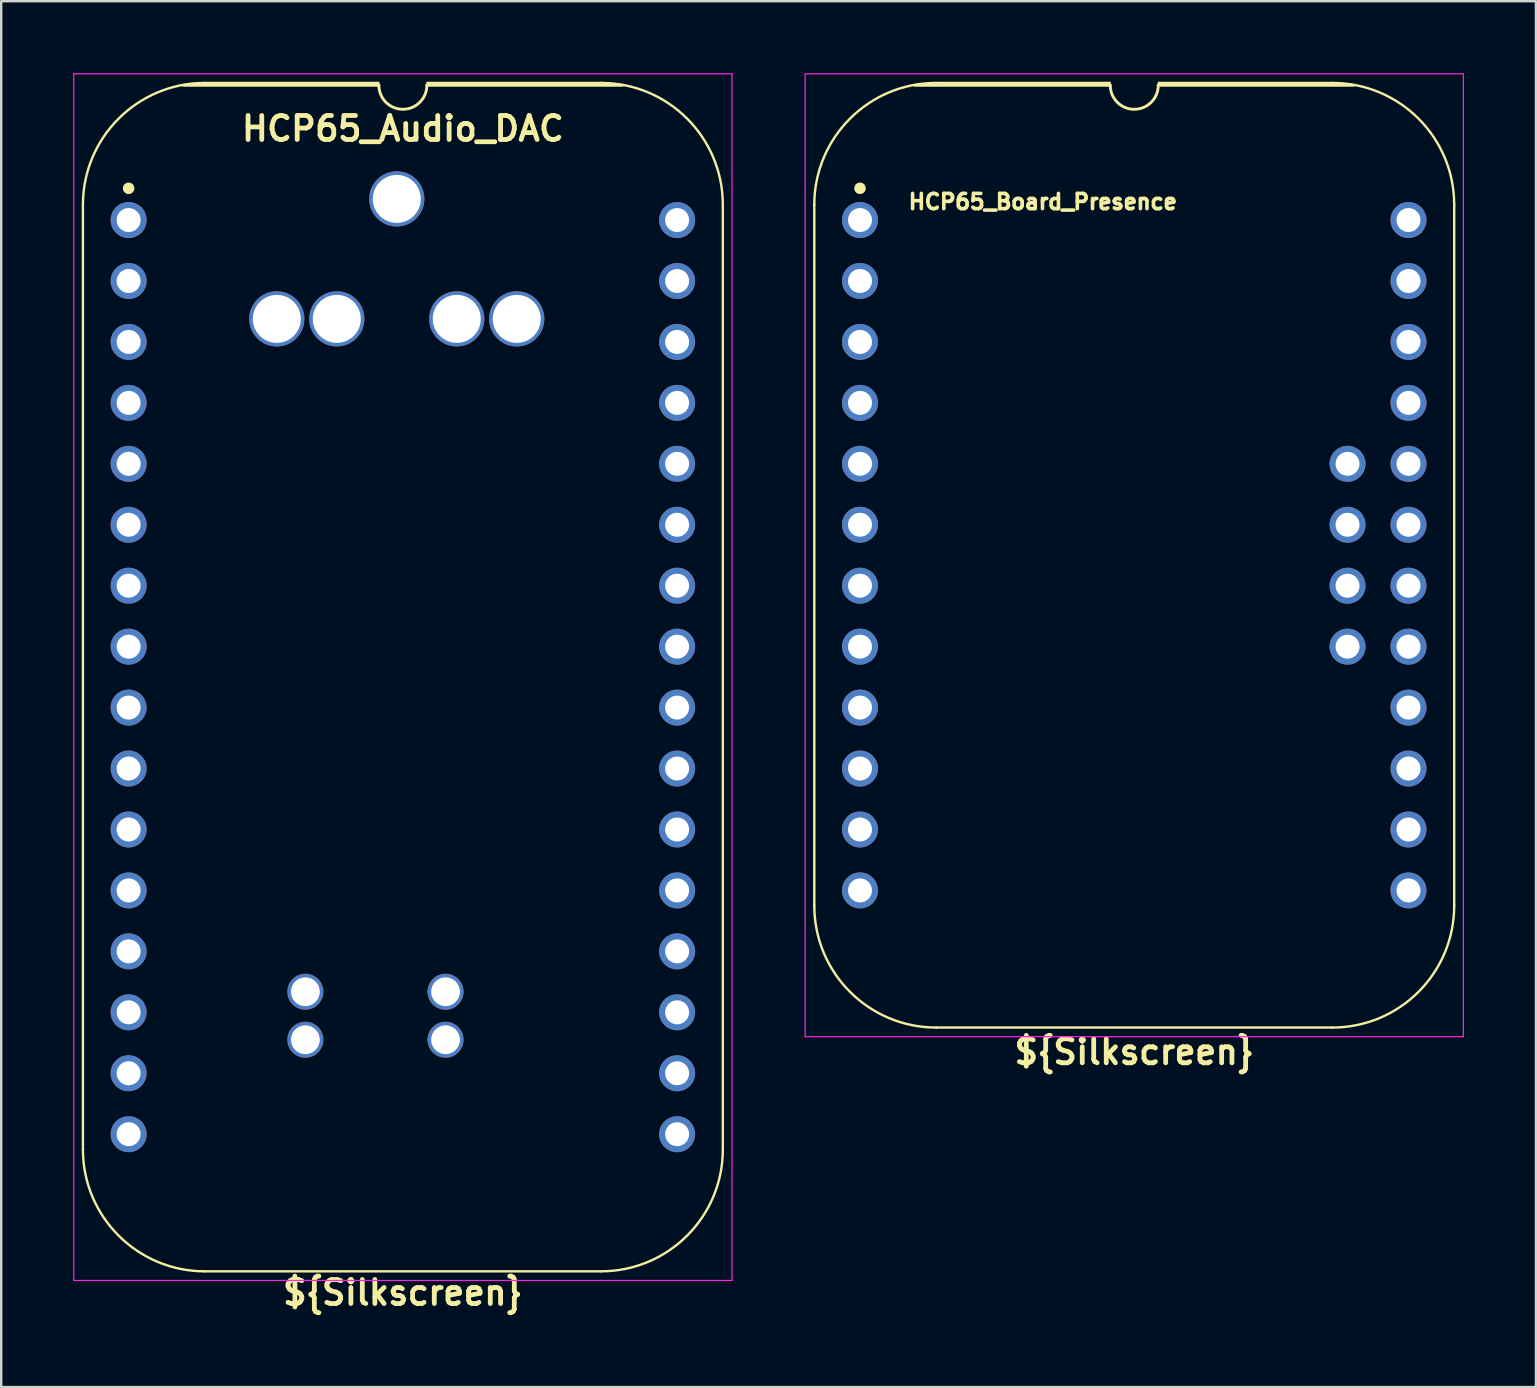
<source format=kicad_pcb>
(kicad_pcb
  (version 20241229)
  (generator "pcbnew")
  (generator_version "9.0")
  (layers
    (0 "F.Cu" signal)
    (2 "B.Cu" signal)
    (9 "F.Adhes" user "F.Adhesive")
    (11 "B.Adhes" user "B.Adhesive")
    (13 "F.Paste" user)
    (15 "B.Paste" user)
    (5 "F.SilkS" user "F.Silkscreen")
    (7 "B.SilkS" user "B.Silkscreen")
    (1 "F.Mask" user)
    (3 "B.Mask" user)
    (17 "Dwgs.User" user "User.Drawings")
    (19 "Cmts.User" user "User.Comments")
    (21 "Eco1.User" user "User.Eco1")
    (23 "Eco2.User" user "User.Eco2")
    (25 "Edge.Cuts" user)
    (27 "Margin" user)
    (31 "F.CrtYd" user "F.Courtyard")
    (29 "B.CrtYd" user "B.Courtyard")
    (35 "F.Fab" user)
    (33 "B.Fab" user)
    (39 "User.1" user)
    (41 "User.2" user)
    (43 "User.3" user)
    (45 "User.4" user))
  (footprint "HCP65_Board_Presence"
    (layer "F.Cu")
    (at 32.793 6.121)
    (property "Reference" "HCP65_Board_Presence" (at 7.62 -0.762 0) (layer "F.SilkS") (effects (font (size 0.635 0.635) (thickness 0.15))))
    (property "Silkscreen" "${Silkscreen}" (at 11.43 34.671 0) (layer "F.SilkS") (effects (font (size 1 1) (thickness 0.2))))
    (attr through_hole)
    (fp_line (start -1.905 -0.635) (end -1.905 28.575) (stroke (width 0.1) (type solid)) (layer "F.SilkS"))
    (fp_line (start 10.414 -5.715) (end 3.175 -5.715) (stroke (width 0.1) (type solid)) (layer "F.SilkS"))
    (fp_line (start 10.43 -5.616) (end 2.286 -5.616) (stroke (width 0.12) (type solid)) (layer "F.SilkS"))
    (fp_line (start 19.685 -5.715) (end 12.446 -5.715) (stroke (width 0.1) (type solid)) (layer "F.SilkS"))
    (fp_line (start 19.685 33.655) (end 3.175 33.655) (stroke (width 0.1) (type solid)) (layer "F.SilkS"))
    (fp_line (start 20.574 -5.616) (end 12.43 -5.616) (stroke (width 0.12) (type solid)) (layer "F.SilkS"))
    (fp_line (start 24.765 28.575) (end 24.765 -0.635) (stroke (width 0.1) (type solid)) (layer "F.SilkS"))
    (fp_arc (start -1.905 -0.635) (mid -0.417102 -4.227102) (end 3.175 -5.715) (stroke (width 0.1) (type solid)) (layer "F.SilkS"))
    (fp_arc (start 3.175 33.655) (mid -0.417102 32.167102) (end -1.905 28.575) (stroke (width 0.1) (type solid)) (layer "F.SilkS"))
    (fp_arc (start 12.43 -5.616) (mid 11.43 -4.616) (end 10.43 -5.616) (stroke (width 0.12) (type solid)) (layer "F.SilkS"))
    (fp_arc (start 19.685 -5.715) (mid 23.277102 -4.227102) (end 24.765 -0.635) (stroke (width 0.1) (type solid)) (layer "F.SilkS"))
    (fp_arc (start 24.765 28.575) (mid 23.277102 32.167102) (end 19.685 33.655) (stroke (width 0.1) (type solid)) (layer "F.SilkS"))
    (fp_circle (center 0 -1.323) (end 0.18 -1.323) (stroke (width 0.12) (type solid)) (fill yes) (layer "F.SilkS"))
    (fp_line (start -2.286 -6.096) (end -2.286 34.036) (stroke (width 0.05) (type solid)) (layer "F.CrtYd"))
    (fp_line (start -2.286 -6.096) (end 25.146 -6.096) (stroke (width 0.05) (type solid)) (layer "F.CrtYd"))
    (fp_line (start -2.286 34.036) (end 25.146 34.036) (stroke (width 0.05) (type solid)) (layer "F.CrtYd"))
    (fp_line (start 25.146 34.036) (end 25.146 -6.096) (stroke (width 0.05) (type solid)) (layer "F.CrtYd"))
    (pad "1" thru_hole circle (at 0 0) (size 1.5 1.5) (drill 1) (layers "*.Cu" "*.Mask"))
    (pad "2" thru_hole circle (at 0 2.54) (size 1.5 1.5) (drill 1) (layers "*.Cu" "*.Mask"))
    (pad "3" thru_hole circle (at 0 5.08) (size 1.5 1.5) (drill 1) (layers "*.Cu" "*.Mask"))
    (pad "4" thru_hole circle (at 0 7.62) (size 1.5 1.5) (drill 1) (layers "*.Cu" "*.Mask"))
    (pad "5" thru_hole circle (at 0 10.16) (size 1.5 1.5) (drill 1) (layers "*.Cu" "*.Mask"))
    (pad "6" thru_hole circle (at 0 12.7) (size 1.5 1.5) (drill 1) (layers "*.Cu" "*.Mask"))
    (pad "7" thru_hole circle (at 0 15.24) (size 1.5 1.5) (drill 1) (layers "*.Cu" "*.Mask"))
    (pad "8" thru_hole circle (at 0 17.78) (size 1.5 1.5) (drill 1) (layers "*.Cu" "*.Mask"))
    (pad "9" thru_hole circle (at 0 20.32) (size 1.5 1.5) (drill 1) (layers "*.Cu" "*.Mask"))
    (pad "10" thru_hole circle (at 0 22.86) (size 1.5 1.5) (drill 1) (layers "*.Cu" "*.Mask"))
    (pad "11" thru_hole circle (at 0 25.4) (size 1.5 1.5) (drill 1) (layers "*.Cu" "*.Mask"))
    (pad "12" thru_hole circle (at 0 27.94) (size 1.5 1.5) (drill 1) (layers "*.Cu" "*.Mask"))
    (pad "13" thru_hole circle (at 22.86 27.94) (size 1.5 1.5) (drill 1) (layers "*.Cu" "*.Mask"))
    (pad "14" thru_hole circle (at 22.86 25.4) (size 1.5 1.5) (drill 1) (layers "*.Cu" "*.Mask"))
    (pad "15" thru_hole circle (at 22.86 22.86) (size 1.5 1.5) (drill 1) (layers "*.Cu" "*.Mask"))
    (pad "16" thru_hole circle (at 22.86 20.32) (size 1.5 1.5) (drill 1) (layers "*.Cu" "*.Mask"))
    (pad "17" thru_hole circle (at 22.86 17.78) (size 1.5 1.5) (drill 1) (layers "*.Cu" "*.Mask"))
    (pad "18" thru_hole circle (at 22.86 15.24) (size 1.5 1.5) (drill 1) (layers "*.Cu" "*.Mask"))
    (pad "19" thru_hole circle (at 22.86 12.7) (size 1.5 1.5) (drill 1) (layers "*.Cu" "*.Mask"))
    (pad "20" thru_hole circle (at 22.86 10.16) (size 1.5 1.5) (drill 1) (layers "*.Cu" "*.Mask"))
    (pad "21" thru_hole circle (at 22.86 7.62) (size 1.5 1.5) (drill 1) (layers "*.Cu" "*.Mask"))
    (pad "22" thru_hole circle (at 22.86 5.08) (size 1.5 1.5) (drill 1) (layers "*.Cu" "*.Mask"))
    (pad "23" thru_hole circle (at 22.86 2.54) (size 1.5 1.5) (drill 1) (layers "*.Cu" "*.Mask"))
    (pad "24" thru_hole circle (at 22.86 0) (size 1.5 1.5) (drill 1) (layers "*.Cu" "*.Mask"))
    (pad "25" thru_hole circle (at 20.32 17.78) (size 1.5 1.5) (drill 1) (layers "*.Cu" "*.Mask"))
    (pad "26" thru_hole circle (at 20.32 15.24) (size 1.5 1.5) (drill 1) (layers "*.Cu" "*.Mask"))
    (pad "27" thru_hole circle (at 20.32 12.7) (size 1.5 1.5) (drill 1) (layers "*.Cu" "*.Mask"))
    (pad "28" thru_hole circle (at 20.32 10.16) (size 1.5 1.5) (drill 1) (layers "*.Cu" "*.Mask")))
  (footprint "HCP65_Audio_DAC"
    (layer "F.Cu")
    (at 2.311 6.121)
    (property "Reference" "HCP65_Audio_DAC" (at 11.43 -3.81 0) (layer "F.SilkS") (effects (font (size 1 1) (thickness 0.2))))
    (property "Silkscreen" "${Silkscreen}" (at 11.43 44.704 0) (layer "F.SilkS") (effects (font (size 1 1) (thickness 0.2))))
    (attr through_hole)
    (fp_line (start -1.905 -0.635) (end -1.905 38.735) (stroke (width 0.1) (type solid)) (layer "F.SilkS"))
    (fp_line (start 10.414 -5.715) (end 3.175 -5.715) (stroke (width 0.1) (type solid)) (layer "F.SilkS"))
    (fp_line (start 10.43 -5.616) (end 2.286 -5.616) (stroke (width 0.12) (type solid)) (layer "F.SilkS"))
    (fp_line (start 19.685 -5.715) (end 12.446 -5.715) (stroke (width 0.1) (type solid)) (layer "F.SilkS"))
    (fp_line (start 19.685 43.815) (end 3.175 43.815) (stroke (width 0.1) (type solid)) (layer "F.SilkS"))
    (fp_line (start 20.574 -5.616) (end 12.43 -5.616) (stroke (width 0.12) (type solid)) (layer "F.SilkS"))
    (fp_line (start 24.765 38.735) (end 24.765 -0.635) (stroke (width 0.1) (type solid)) (layer "F.SilkS"))
    (fp_arc (start -1.905 -0.635) (mid -0.417102 -4.227102) (end 3.175 -5.715) (stroke (width 0.1) (type solid)) (layer "F.SilkS"))
    (fp_arc (start 3.175 43.815) (mid -0.417102 42.327102) (end -1.905 38.735) (stroke (width 0.1) (type solid)) (layer "F.SilkS"))
    (fp_arc (start 12.43 -5.616) (mid 11.43 -4.616) (end 10.43 -5.616) (stroke (width 0.12) (type solid)) (layer "F.SilkS"))
    (fp_arc (start 19.685 -5.715) (mid 23.277102 -4.227102) (end 24.765 -0.635) (stroke (width 0.1) (type solid)) (layer "F.SilkS"))
    (fp_arc (start 24.765 38.735) (mid 23.277102 42.327102) (end 19.685 43.815) (stroke (width 0.1) (type solid)) (layer "F.SilkS"))
    (fp_circle (center 0 -1.323) (end 0.18 -1.323) (stroke (width 0.12) (type solid)) (fill yes) (layer "F.SilkS"))
    (fp_line (start -2.286 -6.096) (end -2.286 44.196) (stroke (width 0.05) (type solid)) (layer "F.CrtYd"))
    (fp_line (start -2.286 -6.096) (end 25.146 -6.096) (stroke (width 0.05) (type solid)) (layer "F.CrtYd"))
    (fp_line (start -2.286 44.196) (end 25.146 44.196) (stroke (width 0.05) (type solid)) (layer "F.CrtYd"))
    (fp_line (start 25.146 44.196) (end 25.146 -6.096) (stroke (width 0.05) (type solid)) (layer "F.CrtYd"))
    (pad "" np_thru_hole circle (at 6.176 4.119 270) (size 2.3 2.3) (drill 2) (layers "*.Cu" "*.Mask"))
    (pad "" np_thru_hole circle (at 7.366 32.163 90) (size 1.5 1.5) (drill 1.2) (layers "*.Cu" "*.Mask"))
    (pad "" np_thru_hole circle (at 7.366 34.163 90) (size 1.5 1.5) (drill 1.2) (layers "*.Cu" "*.Mask"))
    (pad "" np_thru_hole circle (at 8.676 4.119 270) (size 2.3 2.3) (drill 2) (layers "*.Cu" "*.Mask"))
    (pad "" np_thru_hole circle (at 11.176 -0.881 270) (size 2.3 2.3) (drill 2) (layers "*.Cu" "*.Mask"))
    (pad "" np_thru_hole circle (at 13.208 32.163 90) (size 1.5 1.5) (drill 1.2) (layers "*.Cu" "*.Mask"))
    (pad "" np_thru_hole circle (at 13.208 34.163 90) (size 1.5 1.5) (drill 1.2) (layers "*.Cu" "*.Mask"))
    (pad "" np_thru_hole circle (at 13.676 4.119 270) (size 2.3 2.3) (drill 2) (layers "*.Cu" "*.Mask"))
    (pad "" np_thru_hole circle (at 16.176 4.119 270) (size 2.3 2.3) (drill 2) (layers "*.Cu" "*.Mask"))
    (pad "1" thru_hole circle (at 0 0) (size 1.5 1.5) (drill 1) (layers "*.Cu" "*.Mask"))
    (pad "2" thru_hole circle (at 0 2.54) (size 1.5 1.5) (drill 1) (layers "*.Cu" "*.Mask"))
    (pad "3" thru_hole circle (at 0 5.08) (size 1.5 1.5) (drill 1) (layers "*.Cu" "*.Mask"))
    (pad "4" thru_hole circle (at 0 7.62) (size 1.5 1.5) (drill 1) (layers "*.Cu" "*.Mask"))
    (pad "5" thru_hole circle (at 0 10.16) (size 1.5 1.5) (drill 1) (layers "*.Cu" "*.Mask"))
    (pad "6" thru_hole circle (at 0 12.7) (size 1.5 1.5) (drill 1) (layers "*.Cu" "*.Mask"))
    (pad "7" thru_hole circle (at 0 15.24) (size 1.5 1.5) (drill 1) (layers "*.Cu" "*.Mask"))
    (pad "8" thru_hole circle (at 0 17.78) (size 1.5 1.5) (drill 1) (layers "*.Cu" "*.Mask"))
    (pad "9" thru_hole circle (at 0 20.32) (size 1.5 1.5) (drill 1) (layers "*.Cu" "*.Mask"))
    (pad "10" thru_hole circle (at 0 22.86) (size 1.5 1.5) (drill 1) (layers "*.Cu" "*.Mask"))
    (pad "11" thru_hole circle (at 0 25.4) (size 1.5 1.5) (drill 1) (layers "*.Cu" "*.Mask"))
    (pad "12" thru_hole circle (at 0 27.94) (size 1.5 1.5) (drill 1) (layers "*.Cu" "*.Mask"))
    (pad "13" thru_hole circle (at 0 30.48) (size 1.5 1.5) (drill 1) (layers "*.Cu" "*.Mask"))
    (pad "14" thru_hole circle (at 0 33.02) (size 1.5 1.5) (drill 1) (layers "*.Cu" "*.Mask"))
    (pad "15" thru_hole circle (at 0 35.56) (size 1.5 1.5) (drill 1) (layers "*.Cu" "*.Mask"))
    (pad "16" thru_hole circle (at 0 38.1) (size 1.5 1.5) (drill 1) (layers "*.Cu" "*.Mask"))
    (pad "17" thru_hole circle (at 22.86 38.1) (size 1.5 1.5) (drill 1) (layers "*.Cu" "*.Mask"))
    (pad "18" thru_hole circle (at 22.86 35.56) (size 1.5 1.5) (drill 1) (layers "*.Cu" "*.Mask"))
    (pad "19" thru_hole circle (at 22.86 33.02) (size 1.5 1.5) (drill 1) (layers "*.Cu" "*.Mask"))
    (pad "20" thru_hole circle (at 22.86 30.48) (size 1.5 1.5) (drill 1) (layers "*.Cu" "*.Mask"))
    (pad "21" thru_hole circle (at 22.86 27.94) (size 1.5 1.5) (drill 1) (layers "*.Cu" "*.Mask"))
    (pad "22" thru_hole circle (at 22.86 25.4) (size 1.5 1.5) (drill 1) (layers "*.Cu" "*.Mask"))
    (pad "23" thru_hole circle (at 22.86 22.86) (size 1.5 1.5) (drill 1) (layers "*.Cu" "*.Mask"))
    (pad "24" thru_hole circle (at 22.86 20.32) (size 1.5 1.5) (drill 1) (layers "*.Cu" "*.Mask"))
    (pad "25" thru_hole circle (at 22.86 17.78) (size 1.5 1.5) (drill 1) (layers "*.Cu" "*.Mask"))
    (pad "26" thru_hole circle (at 22.86 15.24) (size 1.5 1.5) (drill 1) (layers "*.Cu" "*.Mask"))
    (pad "27" thru_hole circle (at 22.86 12.7) (size 1.5 1.5) (drill 1) (layers "*.Cu" "*.Mask"))
    (pad "28" thru_hole circle (at 22.86 10.16) (size 1.5 1.5) (drill 1) (layers "*.Cu" "*.Mask"))
    (pad "29" thru_hole circle (at 22.86 7.62) (size 1.5 1.5) (drill 1) (layers "*.Cu" "*.Mask"))
    (pad "30" thru_hole circle (at 22.86 5.08) (size 1.5 1.5) (drill 1) (layers "*.Cu" "*.Mask"))
    (pad "31" thru_hole circle (at 22.86 2.54) (size 1.5 1.5) (drill 1) (layers "*.Cu" "*.Mask"))
    (pad "32" thru_hole circle (at 22.86 0) (size 1.5 1.5) (drill 1) (layers "*.Cu" "*.Mask")))
  (gr_rect
    (start -3 -3)
    (end 60.964 54.761)
    (stroke (width 0.1) (type default))
    (fill no)
    (layer "Edge.Cuts")))
</source>
